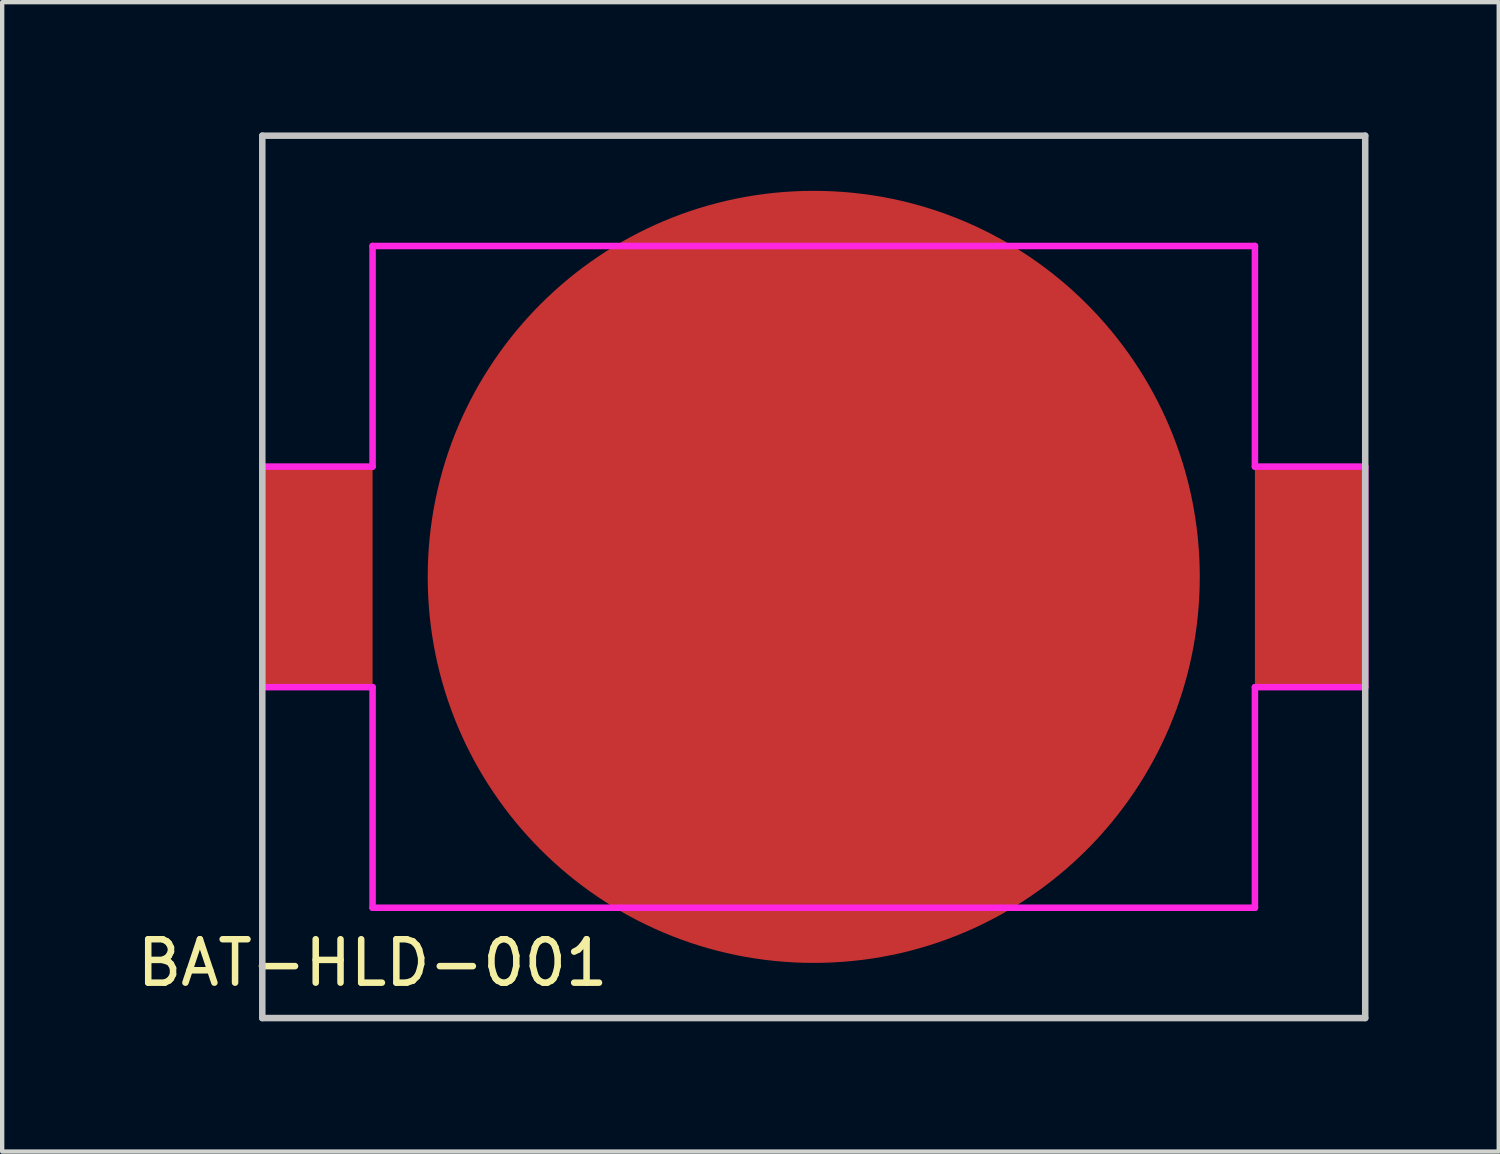
<source format=kicad_pcb>
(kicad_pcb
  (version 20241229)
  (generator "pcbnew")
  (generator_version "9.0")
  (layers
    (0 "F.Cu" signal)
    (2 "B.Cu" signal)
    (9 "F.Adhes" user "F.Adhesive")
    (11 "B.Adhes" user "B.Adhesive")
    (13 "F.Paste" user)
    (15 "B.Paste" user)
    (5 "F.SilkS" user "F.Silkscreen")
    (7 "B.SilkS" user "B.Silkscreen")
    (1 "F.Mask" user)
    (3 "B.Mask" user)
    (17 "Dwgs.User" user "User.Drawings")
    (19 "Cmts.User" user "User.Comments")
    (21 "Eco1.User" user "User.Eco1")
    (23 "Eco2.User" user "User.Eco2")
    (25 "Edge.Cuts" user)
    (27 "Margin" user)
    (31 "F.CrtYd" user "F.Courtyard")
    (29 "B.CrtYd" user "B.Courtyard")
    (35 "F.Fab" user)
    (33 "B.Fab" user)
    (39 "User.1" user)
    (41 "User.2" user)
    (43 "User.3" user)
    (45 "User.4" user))
  (footprint "BAT-HLD-001"
    (layer "F.Cu")
    (at 15.69 10.235)
    (property "Reference" "BAT-HLD-001" (at -10.16 8.89 180) (layer "F.SilkS") (effects (font (size 1 1) (thickness 0.15))))
    (attr through_hole)
    (fp_line (start -12.7 -10.16) (end 12.7 -10.16) (stroke (width 0.15) (type solid)) (layer "Dwgs.User"))
    (fp_line (start -12.7 10.16) (end -12.7 -10.16) (stroke (width 0.15) (type solid)) (layer "Dwgs.User"))
    (fp_line (start 12.7 -10.16) (end 12.7 10.16) (stroke (width 0.15) (type solid)) (layer "Dwgs.User"))
    (fp_line (start 12.7 10.16) (end -12.7 10.16) (stroke (width 0.15) (type solid)) (layer "Dwgs.User"))
    (fp_line (start -12.7 -2.54) (end -12.7 2.54) (stroke (width 0.15) (type solid)) (layer "F.CrtYd"))
    (fp_line (start -12.7 2.54) (end -10.16 2.54) (stroke (width 0.15) (type solid)) (layer "F.CrtYd"))
    (fp_line (start -10.16 -7.62) (end -10.16 -2.54) (stroke (width 0.15) (type solid)) (layer "F.CrtYd"))
    (fp_line (start -10.16 -7.62) (end 10.16 -7.62) (stroke (width 0.15) (type solid)) (layer "F.CrtYd"))
    (fp_line (start -10.16 -2.54) (end -12.7 -2.54) (stroke (width 0.15) (type solid)) (layer "F.CrtYd"))
    (fp_line (start -10.16 2.54) (end -10.16 7.62) (stroke (width 0.15) (type solid)) (layer "F.CrtYd"))
    (fp_line (start 10.16 -7.62) (end 10.16 -2.54) (stroke (width 0.15) (type solid)) (layer "F.CrtYd"))
    (fp_line (start 10.16 -2.54) (end 12.7 -2.54) (stroke (width 0.15) (type solid)) (layer "F.CrtYd"))
    (fp_line (start 10.16 2.54) (end 10.16 7.62) (stroke (width 0.15) (type solid)) (layer "F.CrtYd"))
    (fp_line (start 10.16 7.62) (end -10.16 7.62) (stroke (width 0.15) (type solid)) (layer "F.CrtYd"))
    (fp_line (start 12.7 -2.54) (end 12.7 2.54) (stroke (width 0.15) (type solid)) (layer "F.CrtYd"))
    (fp_line (start 12.7 2.54) (end 10.16 2.54) (stroke (width 0.15) (type solid)) (layer "F.CrtYd"))
    (pad "1" smd rect (at -11.43 0) (size 2.54 5.08) (layers "F.Cu" "F.Mask" "F.Paste"))
    (pad "1" smd rect (at 11.43 0) (size 2.54 5.08) (layers "F.Cu" "F.Mask" "F.Paste"))
    (pad "2" smd circle (at 0 0) (size 17.78 17.78) (layers "F.Cu" "F.Mask" "F.Paste")))
  (gr_rect
    (start -3 -3)
    (end 31.465 23.47)
    (stroke (width 0.1) (type default))
    (fill no)
    (layer "Edge.Cuts")))
</source>
